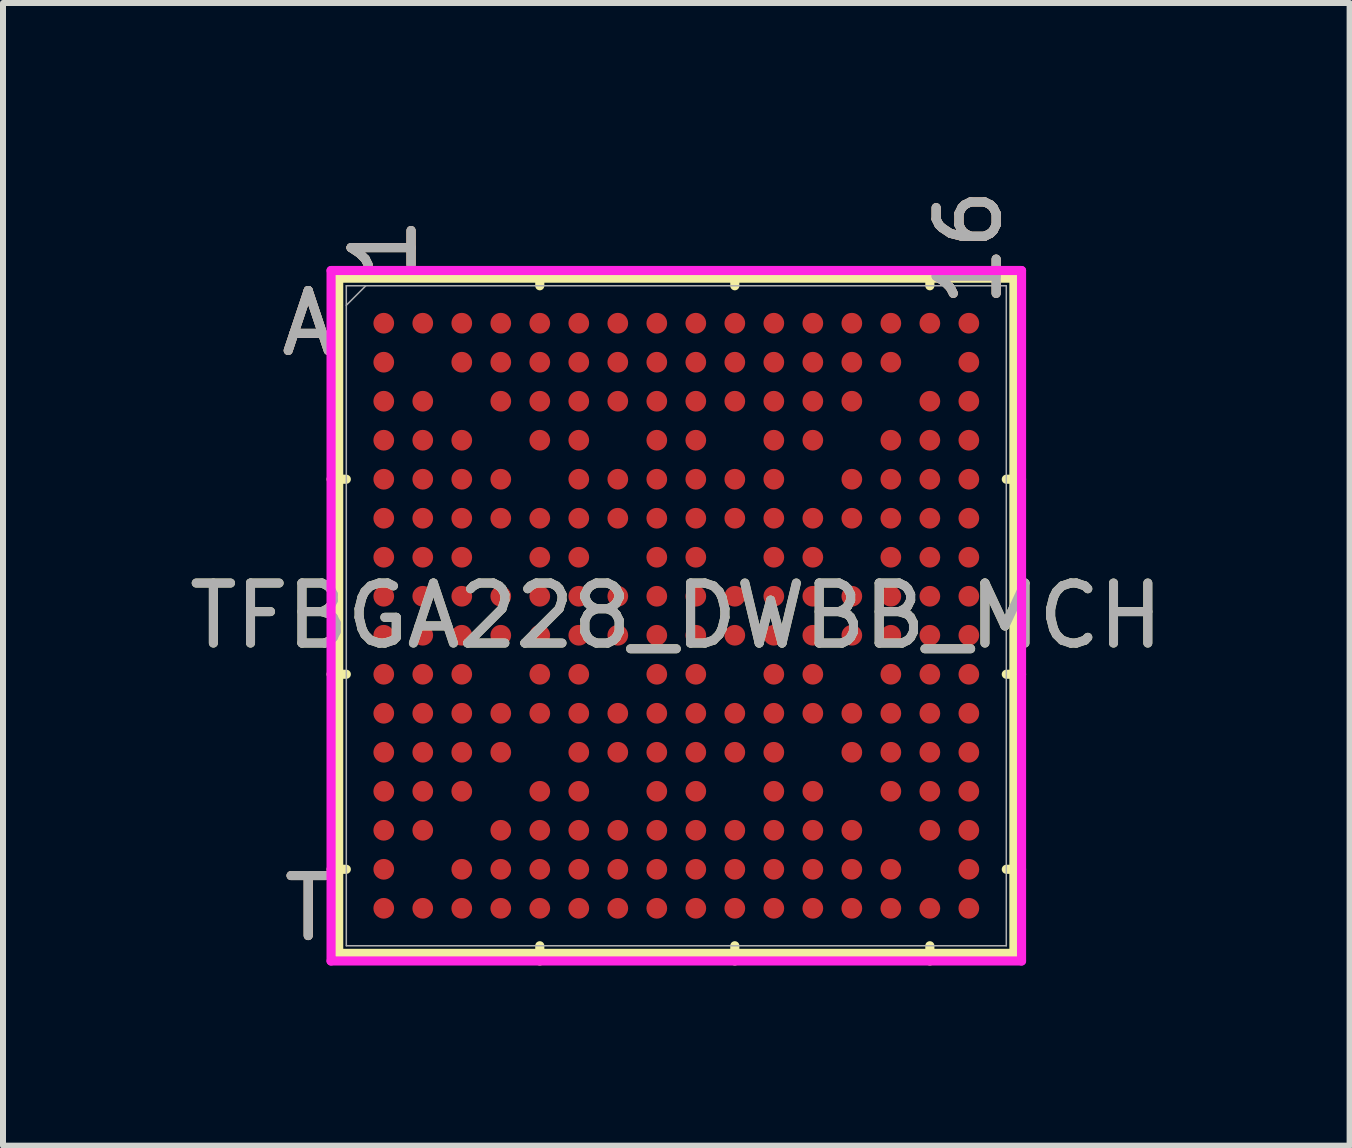
<source format=kicad_pcb>
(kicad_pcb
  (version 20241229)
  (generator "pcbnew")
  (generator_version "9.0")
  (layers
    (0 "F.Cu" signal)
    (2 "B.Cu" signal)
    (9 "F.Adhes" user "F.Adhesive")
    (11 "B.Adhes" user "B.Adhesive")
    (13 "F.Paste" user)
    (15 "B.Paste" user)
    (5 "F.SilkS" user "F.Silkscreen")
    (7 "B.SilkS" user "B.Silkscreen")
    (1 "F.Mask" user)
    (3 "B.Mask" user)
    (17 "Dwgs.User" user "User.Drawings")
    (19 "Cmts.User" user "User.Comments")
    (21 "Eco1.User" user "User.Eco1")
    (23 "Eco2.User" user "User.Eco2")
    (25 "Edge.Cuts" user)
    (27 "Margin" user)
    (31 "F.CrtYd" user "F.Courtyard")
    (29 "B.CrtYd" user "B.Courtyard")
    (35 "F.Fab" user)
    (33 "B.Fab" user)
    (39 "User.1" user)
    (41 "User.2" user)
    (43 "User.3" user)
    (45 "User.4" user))
  (footprint "TFBGA228_DWBB_MCH"
    (layer "F.Cu")
    (at 8.22 7.211)
    (property "Reference" "TFBGA228_DWBB_MCH" (at 0 0 0) (unlocked yes) (layer "F.SilkS") (effects (font (size 1 1) (thickness 0.15))))
    (attr smd)
    (fp_line (start -5.626 -5.626) (end -5.626 5.626) (stroke (width 0.152) (type solid)) (layer "F.SilkS"))
    (fp_line (start -5.626 5.626) (end 5.626 5.626) (stroke (width 0.152) (type solid)) (layer "F.SilkS"))
    (fp_line (start -5.499 -2.275) (end -5.753 -2.275) (stroke (width 0.152) (type solid)) (layer "F.SilkS"))
    (fp_line (start -5.499 0.975) (end -5.753 0.975) (stroke (width 0.152) (type solid)) (layer "F.SilkS"))
    (fp_line (start -5.499 4.225) (end -5.753 4.225) (stroke (width 0.152) (type solid)) (layer "F.SilkS"))
    (fp_line (start -2.275 -5.499) (end -2.275 -5.753) (stroke (width 0.152) (type solid)) (layer "F.SilkS"))
    (fp_line (start -2.275 5.499) (end -2.275 5.753) (stroke (width 0.152) (type solid)) (layer "F.SilkS"))
    (fp_line (start 0.975 -5.499) (end 0.975 -5.753) (stroke (width 0.152) (type solid)) (layer "F.SilkS"))
    (fp_line (start 0.975 5.499) (end 0.975 5.753) (stroke (width 0.152) (type solid)) (layer "F.SilkS"))
    (fp_line (start 4.225 -5.499) (end 4.225 -5.753) (stroke (width 0.152) (type solid)) (layer "F.SilkS"))
    (fp_line (start 4.225 5.499) (end 4.225 5.753) (stroke (width 0.152) (type solid)) (layer "F.SilkS"))
    (fp_line (start 5.499 -2.275) (end 5.753 -2.275) (stroke (width 0.152) (type solid)) (layer "F.SilkS"))
    (fp_line (start 5.499 0.975) (end 5.753 0.975) (stroke (width 0.152) (type solid)) (layer "F.SilkS"))
    (fp_line (start 5.499 4.225) (end 5.753 4.225) (stroke (width 0.152) (type solid)) (layer "F.SilkS"))
    (fp_line (start 5.626 -5.626) (end -5.626 -5.626) (stroke (width 0.152) (type solid)) (layer "F.SilkS"))
    (fp_line (start 5.626 5.626) (end 5.626 -5.626) (stroke (width 0.152) (type solid)) (layer "F.SilkS"))
    (fp_poly (pts (xy -5.644 -5.644) (xy 5.644 -5.644) (xy 5.644 5.644) (xy -5.644 5.644)) (stroke (width 0.1) (type solid)) (fill no) (layer "Eco2.User"))
    (fp_line (start -5.753 -5.753) (end 5.753 -5.753) (stroke (width 0.152) (type solid)) (layer "F.CrtYd"))
    (fp_line (start -5.753 5.753) (end -5.753 -5.753) (stroke (width 0.152) (type solid)) (layer "F.CrtYd"))
    (fp_line (start 5.753 -5.753) (end 5.753 5.753) (stroke (width 0.152) (type solid)) (layer "F.CrtYd"))
    (fp_line (start 5.753 5.753) (end -5.753 5.753) (stroke (width 0.152) (type solid)) (layer "F.CrtYd"))
    (fp_line (start -5.499 -5.499) (end -5.499 5.499) (stroke (width 0.025) (type solid)) (layer "F.Fab"))
    (fp_line (start -5.499 5.499) (end 5.499 5.499) (stroke (width 0.025) (type solid)) (layer "F.Fab"))
    (fp_line (start -5.174 -5.499) (end -5.499 -5.174) (stroke (width 0.025) (type solid)) (layer "F.Fab"))
    (fp_line (start 5.499 -5.499) (end -5.499 -5.499) (stroke (width 0.025) (type solid)) (layer "F.Fab"))
    (fp_line (start 5.499 5.499) (end 5.499 -5.499) (stroke (width 0.025) (type solid)) (layer "F.Fab"))
    (fp_text user "T" (at -6.134 4.875 0) (unlocked yes) (layer "F.SilkS") (effects (font (size 1 1) (thickness 0.15))))
    (fp_text user "A" (at -6.134 -4.875 0) (unlocked yes) (layer "F.SilkS") (effects (font (size 1 1) (thickness 0.15))))
    (fp_text user "16" (at 4.875 -6.134 90) (unlocked yes) (layer "F.SilkS") (effects (font (size 1 1) (thickness 0.15))))
    (fp_text user "1" (at -4.875 -6.134 90) (unlocked yes) (layer "F.SilkS") (effects (font (size 1 1) (thickness 0.15))))
    (fp_text user "T" (at -6.134 4.875 0) (unlocked yes) (layer "B.SilkS") (effects (font (size 1 1) (thickness 0.15))))
    (fp_text user "16" (at 4.875 -6.134 90) (unlocked yes) (layer "B.SilkS") (effects (font (size 1 1) (thickness 0.15))))
    (fp_text user "1" (at -4.875 -6.134 90) (unlocked yes) (layer "B.SilkS") (effects (font (size 1 1) (thickness 0.15))))
    (fp_text user "A" (at -6.134 -4.875 0) (unlocked yes) (layer "B.SilkS") (effects (font (size 1 1) (thickness 0.15))))
    (fp_text user "A" (at -6.134 -4.875 0) (unlocked yes) (layer "F.Fab") (effects (font (size 1 1) (thickness 0.15))))
    (fp_text user "16" (at 4.875 -6.134 90) (unlocked yes) (layer "F.Fab") (effects (font (size 1 1) (thickness 0.15))))
    (fp_text user "${REFERENCE}" (at 0 0 0) (unlocked yes) (layer "F.Fab") (effects (font (size 1 1) (thickness 0.15))))
    (fp_text user "1" (at -4.875 -6.134 90) (unlocked yes) (layer "F.Fab") (effects (font (size 1 1) (thickness 0.15))))
    (fp_text user "T" (at -6.134 4.875 0) (unlocked yes) (layer "F.Fab") (effects (font (size 1 1) (thickness 0.15))))
    (pad "A1" smd circle (at -4.875 -4.875) (size 0.345 0.345) (layers "F.Cu" "F.Mask" "F.Paste"))
    (pad "A2" smd circle (at -4.225 -4.875) (size 0.345 0.345) (layers "F.Cu" "F.Mask" "F.Paste"))
    (pad "A3" smd circle (at -3.575 -4.875) (size 0.345 0.345) (layers "F.Cu" "F.Mask" "F.Paste"))
    (pad "A4" smd circle (at -2.925 -4.875) (size 0.345 0.345) (layers "F.Cu" "F.Mask" "F.Paste"))
    (pad "A5" smd circle (at -2.275 -4.875) (size 0.345 0.345) (layers "F.Cu" "F.Mask" "F.Paste"))
    (pad "A6" smd circle (at -1.625 -4.875) (size 0.345 0.345) (layers "F.Cu" "F.Mask" "F.Paste"))
    (pad "A7" smd circle (at -0.975 -4.875) (size 0.345 0.345) (layers "F.Cu" "F.Mask" "F.Paste"))
    (pad "A8" smd circle (at -0.325 -4.875) (size 0.345 0.345) (layers "F.Cu" "F.Mask" "F.Paste"))
    (pad "A9" smd circle (at 0.325 -4.875) (size 0.345 0.345) (layers "F.Cu" "F.Mask" "F.Paste"))
    (pad "A10" smd circle (at 0.975 -4.875) (size 0.345 0.345) (layers "F.Cu" "F.Mask" "F.Paste"))
    (pad "A11" smd circle (at 1.625 -4.875) (size 0.345 0.345) (layers "F.Cu" "F.Mask" "F.Paste"))
    (pad "A12" smd circle (at 2.275 -4.875) (size 0.345 0.345) (layers "F.Cu" "F.Mask" "F.Paste"))
    (pad "A13" smd circle (at 2.925 -4.875) (size 0.345 0.345) (layers "F.Cu" "F.Mask" "F.Paste"))
    (pad "A14" smd circle (at 3.575 -4.875) (size 0.345 0.345) (layers "F.Cu" "F.Mask" "F.Paste"))
    (pad "A15" smd circle (at 4.225 -4.875) (size 0.345 0.345) (layers "F.Cu" "F.Mask" "F.Paste"))
    (pad "A16" smd circle (at 4.875 -4.875) (size 0.345 0.345) (layers "F.Cu" "F.Mask" "F.Paste"))
    (pad "B1" smd circle (at -4.875 -4.225) (size 0.345 0.345) (layers "F.Cu" "F.Mask" "F.Paste"))
    (pad "B3" smd circle (at -3.575 -4.225) (size 0.345 0.345) (layers "F.Cu" "F.Mask" "F.Paste"))
    (pad "B4" smd circle (at -2.925 -4.225) (size 0.345 0.345) (layers "F.Cu" "F.Mask" "F.Paste"))
    (pad "B5" smd circle (at -2.275 -4.225) (size 0.345 0.345) (layers "F.Cu" "F.Mask" "F.Paste"))
    (pad "B6" smd circle (at -1.625 -4.225) (size 0.345 0.345) (layers "F.Cu" "F.Mask" "F.Paste"))
    (pad "B7" smd circle (at -0.975 -4.225) (size 0.345 0.345) (layers "F.Cu" "F.Mask" "F.Paste"))
    (pad "B8" smd circle (at -0.325 -4.225) (size 0.345 0.345) (layers "F.Cu" "F.Mask" "F.Paste"))
    (pad "B9" smd circle (at 0.325 -4.225) (size 0.345 0.345) (layers "F.Cu" "F.Mask" "F.Paste"))
    (pad "B10" smd circle (at 0.975 -4.225) (size 0.345 0.345) (layers "F.Cu" "F.Mask" "F.Paste"))
    (pad "B11" smd circle (at 1.625 -4.225) (size 0.345 0.345) (layers "F.Cu" "F.Mask" "F.Paste"))
    (pad "B12" smd circle (at 2.275 -4.225) (size 0.345 0.345) (layers "F.Cu" "F.Mask" "F.Paste"))
    (pad "B13" smd circle (at 2.925 -4.225) (size 0.345 0.345) (layers "F.Cu" "F.Mask" "F.Paste"))
    (pad "B14" smd circle (at 3.575 -4.225) (size 0.345 0.345) (layers "F.Cu" "F.Mask" "F.Paste"))
    (pad "B16" smd circle (at 4.875 -4.225) (size 0.345 0.345) (layers "F.Cu" "F.Mask" "F.Paste"))
    (pad "C1" smd circle (at -4.875 -3.575) (size 0.345 0.345) (layers "F.Cu" "F.Mask" "F.Paste"))
    (pad "C2" smd circle (at -4.225 -3.575) (size 0.345 0.345) (layers "F.Cu" "F.Mask" "F.Paste"))
    (pad "C4" smd circle (at -2.925 -3.575) (size 0.345 0.345) (layers "F.Cu" "F.Mask" "F.Paste"))
    (pad "C5" smd circle (at -2.275 -3.575) (size 0.345 0.345) (layers "F.Cu" "F.Mask" "F.Paste"))
    (pad "C6" smd circle (at -1.625 -3.575) (size 0.345 0.345) (layers "F.Cu" "F.Mask" "F.Paste"))
    (pad "C7" smd circle (at -0.975 -3.575) (size 0.345 0.345) (layers "F.Cu" "F.Mask" "F.Paste"))
    (pad "C8" smd circle (at -0.325 -3.575) (size 0.345 0.345) (layers "F.Cu" "F.Mask" "F.Paste"))
    (pad "C9" smd circle (at 0.325 -3.575) (size 0.345 0.345) (layers "F.Cu" "F.Mask" "F.Paste"))
    (pad "C10" smd circle (at 0.975 -3.575) (size 0.345 0.345) (layers "F.Cu" "F.Mask" "F.Paste"))
    (pad "C11" smd circle (at 1.625 -3.575) (size 0.345 0.345) (layers "F.Cu" "F.Mask" "F.Paste"))
    (pad "C12" smd circle (at 2.275 -3.575) (size 0.345 0.345) (layers "F.Cu" "F.Mask" "F.Paste"))
    (pad "C13" smd circle (at 2.925 -3.575) (size 0.345 0.345) (layers "F.Cu" "F.Mask" "F.Paste"))
    (pad "C15" smd circle (at 4.225 -3.575) (size 0.345 0.345) (layers "F.Cu" "F.Mask" "F.Paste"))
    (pad "C16" smd circle (at 4.875 -3.575) (size 0.345 0.345) (layers "F.Cu" "F.Mask" "F.Paste"))
    (pad "D1" smd circle (at -4.875 -2.925) (size 0.345 0.345) (layers "F.Cu" "F.Mask" "F.Paste"))
    (pad "D2" smd circle (at -4.225 -2.925) (size 0.345 0.345) (layers "F.Cu" "F.Mask" "F.Paste"))
    (pad "D3" smd circle (at -3.575 -2.925) (size 0.345 0.345) (layers "F.Cu" "F.Mask" "F.Paste"))
    (pad "D5" smd circle (at -2.275 -2.925) (size 0.345 0.345) (layers "F.Cu" "F.Mask" "F.Paste"))
    (pad "D6" smd circle (at -1.625 -2.925) (size 0.345 0.345) (layers "F.Cu" "F.Mask" "F.Paste"))
    (pad "D8" smd circle (at -0.325 -2.925) (size 0.345 0.345) (layers "F.Cu" "F.Mask" "F.Paste"))
    (pad "D9" smd circle (at 0.325 -2.925) (size 0.345 0.345) (layers "F.Cu" "F.Mask" "F.Paste"))
    (pad "D11" smd circle (at 1.625 -2.925) (size 0.345 0.345) (layers "F.Cu" "F.Mask" "F.Paste"))
    (pad "D12" smd circle (at 2.275 -2.925) (size 0.345 0.345) (layers "F.Cu" "F.Mask" "F.Paste"))
    (pad "D14" smd circle (at 3.575 -2.925) (size 0.345 0.345) (layers "F.Cu" "F.Mask" "F.Paste"))
    (pad "D15" smd circle (at 4.225 -2.925) (size 0.345 0.345) (layers "F.Cu" "F.Mask" "F.Paste"))
    (pad "D16" smd circle (at 4.875 -2.925) (size 0.345 0.345) (layers "F.Cu" "F.Mask" "F.Paste"))
    (pad "E1" smd circle (at -4.875 -2.275) (size 0.345 0.345) (layers "F.Cu" "F.Mask" "F.Paste"))
    (pad "E2" smd circle (at -4.225 -2.275) (size 0.345 0.345) (layers "F.Cu" "F.Mask" "F.Paste"))
    (pad "E3" smd circle (at -3.575 -2.275) (size 0.345 0.345) (layers "F.Cu" "F.Mask" "F.Paste"))
    (pad "E4" smd circle (at -2.925 -2.275) (size 0.345 0.345) (layers "F.Cu" "F.Mask" "F.Paste"))
    (pad "E6" smd circle (at -1.625 -2.275) (size 0.345 0.345) (layers "F.Cu" "F.Mask" "F.Paste"))
    (pad "E7" smd circle (at -0.975 -2.275) (size 0.345 0.345) (layers "F.Cu" "F.Mask" "F.Paste"))
    (pad "E8" smd circle (at -0.325 -2.275) (size 0.345 0.345) (layers "F.Cu" "F.Mask" "F.Paste"))
    (pad "E9" smd circle (at 0.325 -2.275) (size 0.345 0.345) (layers "F.Cu" "F.Mask" "F.Paste"))
    (pad "E10" smd circle (at 0.975 -2.275) (size 0.345 0.345) (layers "F.Cu" "F.Mask" "F.Paste"))
    (pad "E11" smd circle (at 1.625 -2.275) (size 0.345 0.345) (layers "F.Cu" "F.Mask" "F.Paste"))
    (pad "E13" smd circle (at 2.925 -2.275) (size 0.345 0.345) (layers "F.Cu" "F.Mask" "F.Paste"))
    (pad "E14" smd circle (at 3.575 -2.275) (size 0.345 0.345) (layers "F.Cu" "F.Mask" "F.Paste"))
    (pad "E15" smd circle (at 4.225 -2.275) (size 0.345 0.345) (layers "F.Cu" "F.Mask" "F.Paste"))
    (pad "E16" smd circle (at 4.875 -2.275) (size 0.345 0.345) (layers "F.Cu" "F.Mask" "F.Paste"))
    (pad "F1" smd circle (at -4.875 -1.625) (size 0.345 0.345) (layers "F.Cu" "F.Mask" "F.Paste"))
    (pad "F2" smd circle (at -4.225 -1.625) (size 0.345 0.345) (layers "F.Cu" "F.Mask" "F.Paste"))
    (pad "F3" smd circle (at -3.575 -1.625) (size 0.345 0.345) (layers "F.Cu" "F.Mask" "F.Paste"))
    (pad "F4" smd circle (at -2.925 -1.625) (size 0.345 0.345) (layers "F.Cu" "F.Mask" "F.Paste"))
    (pad "F5" smd circle (at -2.275 -1.625) (size 0.345 0.345) (layers "F.Cu" "F.Mask" "F.Paste"))
    (pad "F6" smd circle (at -1.625 -1.625) (size 0.345 0.345) (layers "F.Cu" "F.Mask" "F.Paste"))
    (pad "F7" smd circle (at -0.975 -1.625) (size 0.345 0.345) (layers "F.Cu" "F.Mask" "F.Paste"))
    (pad "F8" smd circle (at -0.325 -1.625) (size 0.345 0.345) (layers "F.Cu" "F.Mask" "F.Paste"))
    (pad "F9" smd circle (at 0.325 -1.625) (size 0.345 0.345) (layers "F.Cu" "F.Mask" "F.Paste"))
    (pad "F10" smd circle (at 0.975 -1.625) (size 0.345 0.345) (layers "F.Cu" "F.Mask" "F.Paste"))
    (pad "F11" smd circle (at 1.625 -1.625) (size 0.345 0.345) (layers "F.Cu" "F.Mask" "F.Paste"))
    (pad "F12" smd circle (at 2.275 -1.625) (size 0.345 0.345) (layers "F.Cu" "F.Mask" "F.Paste"))
    (pad "F13" smd circle (at 2.925 -1.625) (size 0.345 0.345) (layers "F.Cu" "F.Mask" "F.Paste"))
    (pad "F14" smd circle (at 3.575 -1.625) (size 0.345 0.345) (layers "F.Cu" "F.Mask" "F.Paste"))
    (pad "F15" smd circle (at 4.225 -1.625) (size 0.345 0.345) (layers "F.Cu" "F.Mask" "F.Paste"))
    (pad "F16" smd circle (at 4.875 -1.625) (size 0.345 0.345) (layers "F.Cu" "F.Mask" "F.Paste"))
    (pad "G1" smd circle (at -4.875 -0.975) (size 0.345 0.345) (layers "F.Cu" "F.Mask" "F.Paste"))
    (pad "G2" smd circle (at -4.225 -0.975) (size 0.345 0.345) (layers "F.Cu" "F.Mask" "F.Paste"))
    (pad "G3" smd circle (at -3.575 -0.975) (size 0.345 0.345) (layers "F.Cu" "F.Mask" "F.Paste"))
    (pad "G5" smd circle (at -2.275 -0.975) (size 0.345 0.345) (layers "F.Cu" "F.Mask" "F.Paste"))
    (pad "G6" smd circle (at -1.625 -0.975) (size 0.345 0.345) (layers "F.Cu" "F.Mask" "F.Paste"))
    (pad "G8" smd circle (at -0.325 -0.975) (size 0.345 0.345) (layers "F.Cu" "F.Mask" "F.Paste"))
    (pad "G9" smd circle (at 0.325 -0.975) (size 0.345 0.345) (layers "F.Cu" "F.Mask" "F.Paste"))
    (pad "G11" smd circle (at 1.625 -0.975) (size 0.345 0.345) (layers "F.Cu" "F.Mask" "F.Paste"))
    (pad "G12" smd circle (at 2.275 -0.975) (size 0.345 0.345) (layers "F.Cu" "F.Mask" "F.Paste"))
    (pad "G14" smd circle (at 3.575 -0.975) (size 0.345 0.345) (layers "F.Cu" "F.Mask" "F.Paste"))
    (pad "G15" smd circle (at 4.225 -0.975) (size 0.345 0.345) (layers "F.Cu" "F.Mask" "F.Paste"))
    (pad "G16" smd circle (at 4.875 -0.975) (size 0.345 0.345) (layers "F.Cu" "F.Mask" "F.Paste"))
    (pad "H1" smd circle (at -4.875 -0.325) (size 0.345 0.345) (layers "F.Cu" "F.Mask" "F.Paste"))
    (pad "H2" smd circle (at -4.225 -0.325) (size 0.345 0.345) (layers "F.Cu" "F.Mask" "F.Paste"))
    (pad "H3" smd circle (at -3.575 -0.325) (size 0.345 0.345) (layers "F.Cu" "F.Mask" "F.Paste"))
    (pad "H4" smd circle (at -2.925 -0.325) (size 0.345 0.345) (layers "F.Cu" "F.Mask" "F.Paste"))
    (pad "H5" smd circle (at -2.275 -0.325) (size 0.345 0.345) (layers "F.Cu" "F.Mask" "F.Paste"))
    (pad "H6" smd circle (at -1.625 -0.325) (size 0.345 0.345) (layers "F.Cu" "F.Mask" "F.Paste"))
    (pad "H7" smd circle (at -0.975 -0.325) (size 0.345 0.345) (layers "F.Cu" "F.Mask" "F.Paste"))
    (pad "H8" smd circle (at -0.325 -0.325) (size 0.345 0.345) (layers "F.Cu" "F.Mask" "F.Paste"))
    (pad "H9" smd circle (at 0.325 -0.325) (size 0.345 0.345) (layers "F.Cu" "F.Mask" "F.Paste"))
    (pad "H10" smd circle (at 0.975 -0.325) (size 0.345 0.345) (layers "F.Cu" "F.Mask" "F.Paste"))
    (pad "H11" smd circle (at 1.625 -0.325) (size 0.345 0.345) (layers "F.Cu" "F.Mask" "F.Paste"))
    (pad "H12" smd circle (at 2.275 -0.325) (size 0.345 0.345) (layers "F.Cu" "F.Mask" "F.Paste"))
    (pad "H13" smd circle (at 2.925 -0.325) (size 0.345 0.345) (layers "F.Cu" "F.Mask" "F.Paste"))
    (pad "H14" smd circle (at 3.575 -0.325) (size 0.345 0.345) (layers "F.Cu" "F.Mask" "F.Paste"))
    (pad "H15" smd circle (at 4.225 -0.325) (size 0.345 0.345) (layers "F.Cu" "F.Mask" "F.Paste"))
    (pad "H16" smd circle (at 4.875 -0.325) (size 0.345 0.345) (layers "F.Cu" "F.Mask" "F.Paste"))
    (pad "J1" smd circle (at -4.875 0.325) (size 0.345 0.345) (layers "F.Cu" "F.Mask" "F.Paste"))
    (pad "J2" smd circle (at -4.225 0.325) (size 0.345 0.345) (layers "F.Cu" "F.Mask" "F.Paste"))
    (pad "J3" smd circle (at -3.575 0.325) (size 0.345 0.345) (layers "F.Cu" "F.Mask" "F.Paste"))
    (pad "J4" smd circle (at -2.925 0.325) (size 0.345 0.345) (layers "F.Cu" "F.Mask" "F.Paste"))
    (pad "J5" smd circle (at -2.275 0.325) (size 0.345 0.345) (layers "F.Cu" "F.Mask" "F.Paste"))
    (pad "J6" smd circle (at -1.625 0.325) (size 0.345 0.345) (layers "F.Cu" "F.Mask" "F.Paste"))
    (pad "J7" smd circle (at -0.975 0.325) (size 0.345 0.345) (layers "F.Cu" "F.Mask" "F.Paste"))
    (pad "J8" smd circle (at -0.325 0.325) (size 0.345 0.345) (layers "F.Cu" "F.Mask" "F.Paste"))
    (pad "J9" smd circle (at 0.325 0.325) (size 0.345 0.345) (layers "F.Cu" "F.Mask" "F.Paste"))
    (pad "J10" smd circle (at 0.975 0.325) (size 0.345 0.345) (layers "F.Cu" "F.Mask" "F.Paste"))
    (pad "J11" smd circle (at 1.625 0.325) (size 0.345 0.345) (layers "F.Cu" "F.Mask" "F.Paste"))
    (pad "J12" smd circle (at 2.275 0.325) (size 0.345 0.345) (layers "F.Cu" "F.Mask" "F.Paste"))
    (pad "J13" smd circle (at 2.925 0.325) (size 0.345 0.345) (layers "F.Cu" "F.Mask" "F.Paste"))
    (pad "J14" smd circle (at 3.575 0.325) (size 0.345 0.345) (layers "F.Cu" "F.Mask" "F.Paste"))
    (pad "J15" smd circle (at 4.225 0.325) (size 0.345 0.345) (layers "F.Cu" "F.Mask" "F.Paste"))
    (pad "J16" smd circle (at 4.875 0.325) (size 0.345 0.345) (layers "F.Cu" "F.Mask" "F.Paste"))
    (pad "K1" smd circle (at -4.875 0.975) (size 0.345 0.345) (layers "F.Cu" "F.Mask" "F.Paste"))
    (pad "K2" smd circle (at -4.225 0.975) (size 0.345 0.345) (layers "F.Cu" "F.Mask" "F.Paste"))
    (pad "K3" smd circle (at -3.575 0.975) (size 0.345 0.345) (layers "F.Cu" "F.Mask" "F.Paste"))
    (pad "K5" smd circle (at -2.275 0.975) (size 0.345 0.345) (layers "F.Cu" "F.Mask" "F.Paste"))
    (pad "K6" smd circle (at -1.625 0.975) (size 0.345 0.345) (layers "F.Cu" "F.Mask" "F.Paste"))
    (pad "K8" smd circle (at -0.325 0.975) (size 0.345 0.345) (layers "F.Cu" "F.Mask" "F.Paste"))
    (pad "K9" smd circle (at 0.325 0.975) (size 0.345 0.345) (layers "F.Cu" "F.Mask" "F.Paste"))
    (pad "K11" smd circle (at 1.625 0.975) (size 0.345 0.345) (layers "F.Cu" "F.Mask" "F.Paste"))
    (pad "K12" smd circle (at 2.275 0.975) (size 0.345 0.345) (layers "F.Cu" "F.Mask" "F.Paste"))
    (pad "K14" smd circle (at 3.575 0.975) (size 0.345 0.345) (layers "F.Cu" "F.Mask" "F.Paste"))
    (pad "K15" smd circle (at 4.225 0.975) (size 0.345 0.345) (layers "F.Cu" "F.Mask" "F.Paste"))
    (pad "K16" smd circle (at 4.875 0.975) (size 0.345 0.345) (layers "F.Cu" "F.Mask" "F.Paste"))
    (pad "L1" smd circle (at -4.875 1.625) (size 0.345 0.345) (layers "F.Cu" "F.Mask" "F.Paste"))
    (pad "L2" smd circle (at -4.225 1.625) (size 0.345 0.345) (layers "F.Cu" "F.Mask" "F.Paste"))
    (pad "L3" smd circle (at -3.575 1.625) (size 0.345 0.345) (layers "F.Cu" "F.Mask" "F.Paste"))
    (pad "L4" smd circle (at -2.925 1.625) (size 0.345 0.345) (layers "F.Cu" "F.Mask" "F.Paste"))
    (pad "L5" smd circle (at -2.275 1.625) (size 0.345 0.345) (layers "F.Cu" "F.Mask" "F.Paste"))
    (pad "L6" smd circle (at -1.625 1.625) (size 0.345 0.345) (layers "F.Cu" "F.Mask" "F.Paste"))
    (pad "L7" smd circle (at -0.975 1.625) (size 0.345 0.345) (layers "F.Cu" "F.Mask" "F.Paste"))
    (pad "L8" smd circle (at -0.325 1.625) (size 0.345 0.345) (layers "F.Cu" "F.Mask" "F.Paste"))
    (pad "L9" smd circle (at 0.325 1.625) (size 0.345 0.345) (layers "F.Cu" "F.Mask" "F.Paste"))
    (pad "L10" smd circle (at 0.975 1.625) (size 0.345 0.345) (layers "F.Cu" "F.Mask" "F.Paste"))
    (pad "L11" smd circle (at 1.625 1.625) (size 0.345 0.345) (layers "F.Cu" "F.Mask" "F.Paste"))
    (pad "L12" smd circle (at 2.275 1.625) (size 0.345 0.345) (layers "F.Cu" "F.Mask" "F.Paste"))
    (pad "L13" smd circle (at 2.925 1.625) (size 0.345 0.345) (layers "F.Cu" "F.Mask" "F.Paste"))
    (pad "L14" smd circle (at 3.575 1.625) (size 0.345 0.345) (layers "F.Cu" "F.Mask" "F.Paste"))
    (pad "L15" smd circle (at 4.225 1.625) (size 0.345 0.345) (layers "F.Cu" "F.Mask" "F.Paste"))
    (pad "L16" smd circle (at 4.875 1.625) (size 0.345 0.345) (layers "F.Cu" "F.Mask" "F.Paste"))
    (pad "M1" smd circle (at -4.875 2.275) (size 0.345 0.345) (layers "F.Cu" "F.Mask" "F.Paste"))
    (pad "M2" smd circle (at -4.225 2.275) (size 0.345 0.345) (layers "F.Cu" "F.Mask" "F.Paste"))
    (pad "M3" smd circle (at -3.575 2.275) (size 0.345 0.345) (layers "F.Cu" "F.Mask" "F.Paste"))
    (pad "M4" smd circle (at -2.925 2.275) (size 0.345 0.345) (layers "F.Cu" "F.Mask" "F.Paste"))
    (pad "M6" smd circle (at -1.625 2.275) (size 0.345 0.345) (layers "F.Cu" "F.Mask" "F.Paste"))
    (pad "M7" smd circle (at -0.975 2.275) (size 0.345 0.345) (layers "F.Cu" "F.Mask" "F.Paste"))
    (pad "M8" smd circle (at -0.325 2.275) (size 0.345 0.345) (layers "F.Cu" "F.Mask" "F.Paste"))
    (pad "M9" smd circle (at 0.325 2.275) (size 0.345 0.345) (layers "F.Cu" "F.Mask" "F.Paste"))
    (pad "M10" smd circle (at 0.975 2.275) (size 0.345 0.345) (layers "F.Cu" "F.Mask" "F.Paste"))
    (pad "M11" smd circle (at 1.625 2.275) (size 0.345 0.345) (layers "F.Cu" "F.Mask" "F.Paste"))
    (pad "M13" smd circle (at 2.925 2.275) (size 0.345 0.345) (layers "F.Cu" "F.Mask" "F.Paste"))
    (pad "M14" smd circle (at 3.575 2.275) (size 0.345 0.345) (layers "F.Cu" "F.Mask" "F.Paste"))
    (pad "M15" smd circle (at 4.225 2.275) (size 0.345 0.345) (layers "F.Cu" "F.Mask" "F.Paste"))
    (pad "M16" smd circle (at 4.875 2.275) (size 0.345 0.345) (layers "F.Cu" "F.Mask" "F.Paste"))
    (pad "N1" smd circle (at -4.875 2.925) (size 0.345 0.345) (layers "F.Cu" "F.Mask" "F.Paste"))
    (pad "N2" smd circle (at -4.225 2.925) (size 0.345 0.345) (layers "F.Cu" "F.Mask" "F.Paste"))
    (pad "N3" smd circle (at -3.575 2.925) (size 0.345 0.345) (layers "F.Cu" "F.Mask" "F.Paste"))
    (pad "N5" smd circle (at -2.275 2.925) (size 0.345 0.345) (layers "F.Cu" "F.Mask" "F.Paste"))
    (pad "N6" smd circle (at -1.625 2.925) (size 0.345 0.345) (layers "F.Cu" "F.Mask" "F.Paste"))
    (pad "N8" smd circle (at -0.325 2.925) (size 0.345 0.345) (layers "F.Cu" "F.Mask" "F.Paste"))
    (pad "N9" smd circle (at 0.325 2.925) (size 0.345 0.345) (layers "F.Cu" "F.Mask" "F.Paste"))
    (pad "N11" smd circle (at 1.625 2.925) (size 0.345 0.345) (layers "F.Cu" "F.Mask" "F.Paste"))
    (pad "N12" smd circle (at 2.275 2.925) (size 0.345 0.345) (layers "F.Cu" "F.Mask" "F.Paste"))
    (pad "N14" smd circle (at 3.575 2.925) (size 0.345 0.345) (layers "F.Cu" "F.Mask" "F.Paste"))
    (pad "N15" smd circle (at 4.225 2.925) (size 0.345 0.345) (layers "F.Cu" "F.Mask" "F.Paste"))
    (pad "N16" smd circle (at 4.875 2.925) (size 0.345 0.345) (layers "F.Cu" "F.Mask" "F.Paste"))
    (pad "P1" smd circle (at -4.875 3.575) (size 0.345 0.345) (layers "F.Cu" "F.Mask" "F.Paste"))
    (pad "P2" smd circle (at -4.225 3.575) (size 0.345 0.345) (layers "F.Cu" "F.Mask" "F.Paste"))
    (pad "P4" smd circle (at -2.925 3.575) (size 0.345 0.345) (layers "F.Cu" "F.Mask" "F.Paste"))
    (pad "P5" smd circle (at -2.275 3.575) (size 0.345 0.345) (layers "F.Cu" "F.Mask" "F.Paste"))
    (pad "P6" smd circle (at -1.625 3.575) (size 0.345 0.345) (layers "F.Cu" "F.Mask" "F.Paste"))
    (pad "P7" smd circle (at -0.975 3.575) (size 0.345 0.345) (layers "F.Cu" "F.Mask" "F.Paste"))
    (pad "P8" smd circle (at -0.325 3.575) (size 0.345 0.345) (layers "F.Cu" "F.Mask" "F.Paste"))
    (pad "P9" smd circle (at 0.325 3.575) (size 0.345 0.345) (layers "F.Cu" "F.Mask" "F.Paste"))
    (pad "P10" smd circle (at 0.975 3.575) (size 0.345 0.345) (layers "F.Cu" "F.Mask" "F.Paste"))
    (pad "P11" smd circle (at 1.625 3.575) (size 0.345 0.345) (layers "F.Cu" "F.Mask" "F.Paste"))
    (pad "P12" smd circle (at 2.275 3.575) (size 0.345 0.345) (layers "F.Cu" "F.Mask" "F.Paste"))
    (pad "P13" smd circle (at 2.925 3.575) (size 0.345 0.345) (layers "F.Cu" "F.Mask" "F.Paste"))
    (pad "P15" smd circle (at 4.225 3.575) (size 0.345 0.345) (layers "F.Cu" "F.Mask" "F.Paste"))
    (pad "P16" smd circle (at 4.875 3.575) (size 0.345 0.345) (layers "F.Cu" "F.Mask" "F.Paste"))
    (pad "R1" smd circle (at -4.875 4.225) (size 0.345 0.345) (layers "F.Cu" "F.Mask" "F.Paste"))
    (pad "R3" smd circle (at -3.575 4.225) (size 0.345 0.345) (layers "F.Cu" "F.Mask" "F.Paste"))
    (pad "R4" smd circle (at -2.925 4.225) (size 0.345 0.345) (layers "F.Cu" "F.Mask" "F.Paste"))
    (pad "R5" smd circle (at -2.275 4.225) (size 0.345 0.345) (layers "F.Cu" "F.Mask" "F.Paste"))
    (pad "R6" smd circle (at -1.625 4.225) (size 0.345 0.345) (layers "F.Cu" "F.Mask" "F.Paste"))
    (pad "R7" smd circle (at -0.975 4.225) (size 0.345 0.345) (layers "F.Cu" "F.Mask" "F.Paste"))
    (pad "R8" smd circle (at -0.325 4.225) (size 0.345 0.345) (layers "F.Cu" "F.Mask" "F.Paste"))
    (pad "R9" smd circle (at 0.325 4.225) (size 0.345 0.345) (layers "F.Cu" "F.Mask" "F.Paste"))
    (pad "R10" smd circle (at 0.975 4.225) (size 0.345 0.345) (layers "F.Cu" "F.Mask" "F.Paste"))
    (pad "R11" smd circle (at 1.625 4.225) (size 0.345 0.345) (layers "F.Cu" "F.Mask" "F.Paste"))
    (pad "R12" smd circle (at 2.275 4.225) (size 0.345 0.345) (layers "F.Cu" "F.Mask" "F.Paste"))
    (pad "R13" smd circle (at 2.925 4.225) (size 0.345 0.345) (layers "F.Cu" "F.Mask" "F.Paste"))
    (pad "R14" smd circle (at 3.575 4.225) (size 0.345 0.345) (layers "F.Cu" "F.Mask" "F.Paste"))
    (pad "R16" smd circle (at 4.875 4.225) (size 0.345 0.345) (layers "F.Cu" "F.Mask" "F.Paste"))
    (pad "T1" smd circle (at -4.875 4.875) (size 0.345 0.345) (layers "F.Cu" "F.Mask" "F.Paste"))
    (pad "T2" smd circle (at -4.225 4.875) (size 0.345 0.345) (layers "F.Cu" "F.Mask" "F.Paste"))
    (pad "T3" smd circle (at -3.575 4.875) (size 0.345 0.345) (layers "F.Cu" "F.Mask" "F.Paste"))
    (pad "T4" smd circle (at -2.925 4.875) (size 0.345 0.345) (layers "F.Cu" "F.Mask" "F.Paste"))
    (pad "T5" smd circle (at -2.275 4.875) (size 0.345 0.345) (layers "F.Cu" "F.Mask" "F.Paste"))
    (pad "T6" smd circle (at -1.625 4.875) (size 0.345 0.345) (layers "F.Cu" "F.Mask" "F.Paste"))
    (pad "T7" smd circle (at -0.975 4.875) (size 0.345 0.345) (layers "F.Cu" "F.Mask" "F.Paste"))
    (pad "T8" smd circle (at -0.325 4.875) (size 0.345 0.345) (layers "F.Cu" "F.Mask" "F.Paste"))
    (pad "T9" smd circle (at 0.325 4.875) (size 0.345 0.345) (layers "F.Cu" "F.Mask" "F.Paste"))
    (pad "T10" smd circle (at 0.975 4.875) (size 0.345 0.345) (layers "F.Cu" "F.Mask" "F.Paste"))
    (pad "T11" smd circle (at 1.625 4.875) (size 0.345 0.345) (layers "F.Cu" "F.Mask" "F.Paste"))
    (pad "T12" smd circle (at 2.275 4.875) (size 0.345 0.345) (layers "F.Cu" "F.Mask" "F.Paste"))
    (pad "T13" smd circle (at 2.925 4.875) (size 0.345 0.345) (layers "F.Cu" "F.Mask" "F.Paste"))
    (pad "T14" smd circle (at 3.575 4.875) (size 0.345 0.345) (layers "F.Cu" "F.Mask" "F.Paste"))
    (pad "T15" smd circle (at 4.225 4.875) (size 0.345 0.345) (layers "F.Cu" "F.Mask" "F.Paste"))
    (pad "T16" smd circle (at 4.875 4.875) (size 0.345 0.345) (layers "F.Cu" "F.Mask" "F.Paste")))
  (gr_rect
    (start -3 -3)
    (end 19.44 16.041)
    (stroke (width 0.1) (type default))
    (fill no)
    (layer "Edge.Cuts")))
</source>
